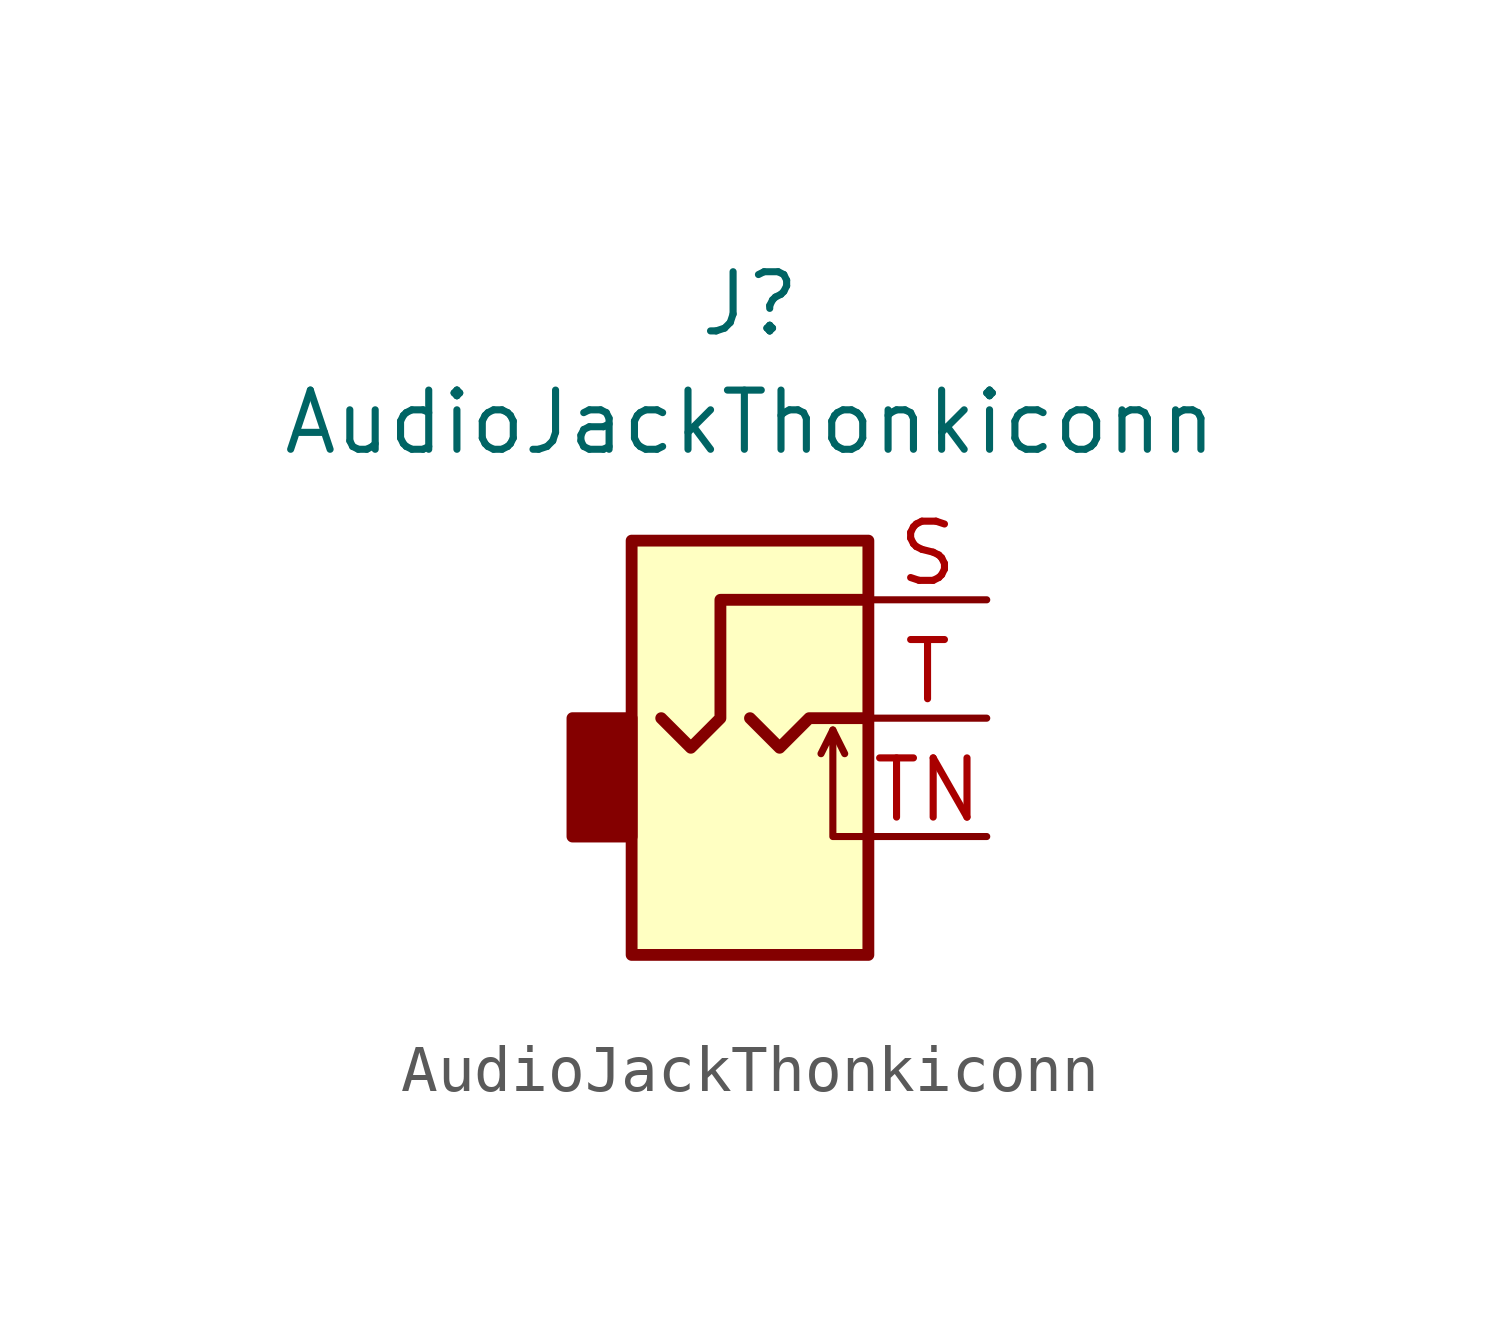
<source format=kicad_sym>
(kicad_symbol_lib
  (version 20211014)
  (generator kicad_symbol_editor)
  (symbol "AudioJackThonkiconn"
    (property "Reference" "J"
      (at 0 8.89 0)
      (effects (font (size 1.27 1.27))))
    (property "Value" "AudioJackThonkiconn"
      (at 0 6.35 0)
      (effects (font (size 1.27 1.27))))
    (symbol "AudioJackThonkiconn_0_1"
      (rectangle (start -2.54 0) (end -3.81 -2.54) (stroke (width 0.254) (type default) (color 0 0 0 0)) (fill (type outline)))
      (polyline (pts (xy 1.778 -0.254) (xy 2.032 -0.762)) (stroke (width 0) (type default) (color 0 0 0 0)) (fill (type none)))
      (polyline (pts (xy 0 0) (xy 0.635 -0.635) (xy 1.27 0) (xy 2.54 0)) (stroke (width 0.254) (type default) (color 0 0 0 0)) (fill (type none)))
      (polyline (pts (xy 2.54 -2.54) (xy 1.778 -2.54) (xy 1.778 -0.254) (xy 1.524 -0.762)) (stroke (width 0) (type default) (color 0 0 0 0)) (fill (type none)))
      (polyline (pts (xy 2.54 2.54) (xy -0.635 2.54) (xy -0.635 0) (xy -1.27 -0.635) (xy -1.905 0)) (stroke (width 0.254) (type default) (color 0 0 0 0)) (fill (type none)))
      (rectangle (start 2.54 3.81) (end -2.54 -5.08) (stroke (width 0.254) (type default) (color 0 0 0 0)) (fill (type background))))
    (symbol "AudioJackThonkiconn_1_1"
      (pin passive line (at 5.08 2.54 180) (length 2.54) (name "~" (effects (font (size 1.27 1.27)))) (number "S" (effects (font (size 1.27 1.27)))))
      (pin passive line (at 5.08 0 180) (length 2.54) (name "~" (effects (font (size 1.27 1.27)))) (number "T" (effects (font (size 1.27 1.27)))))
      (pin passive line (at 5.08 -2.54 180) (length 2.54) (name "~" (effects (font (size 1.27 1.27)))) (number "TN" (effects (font (size 1.27 1.27))))))))
</source>
